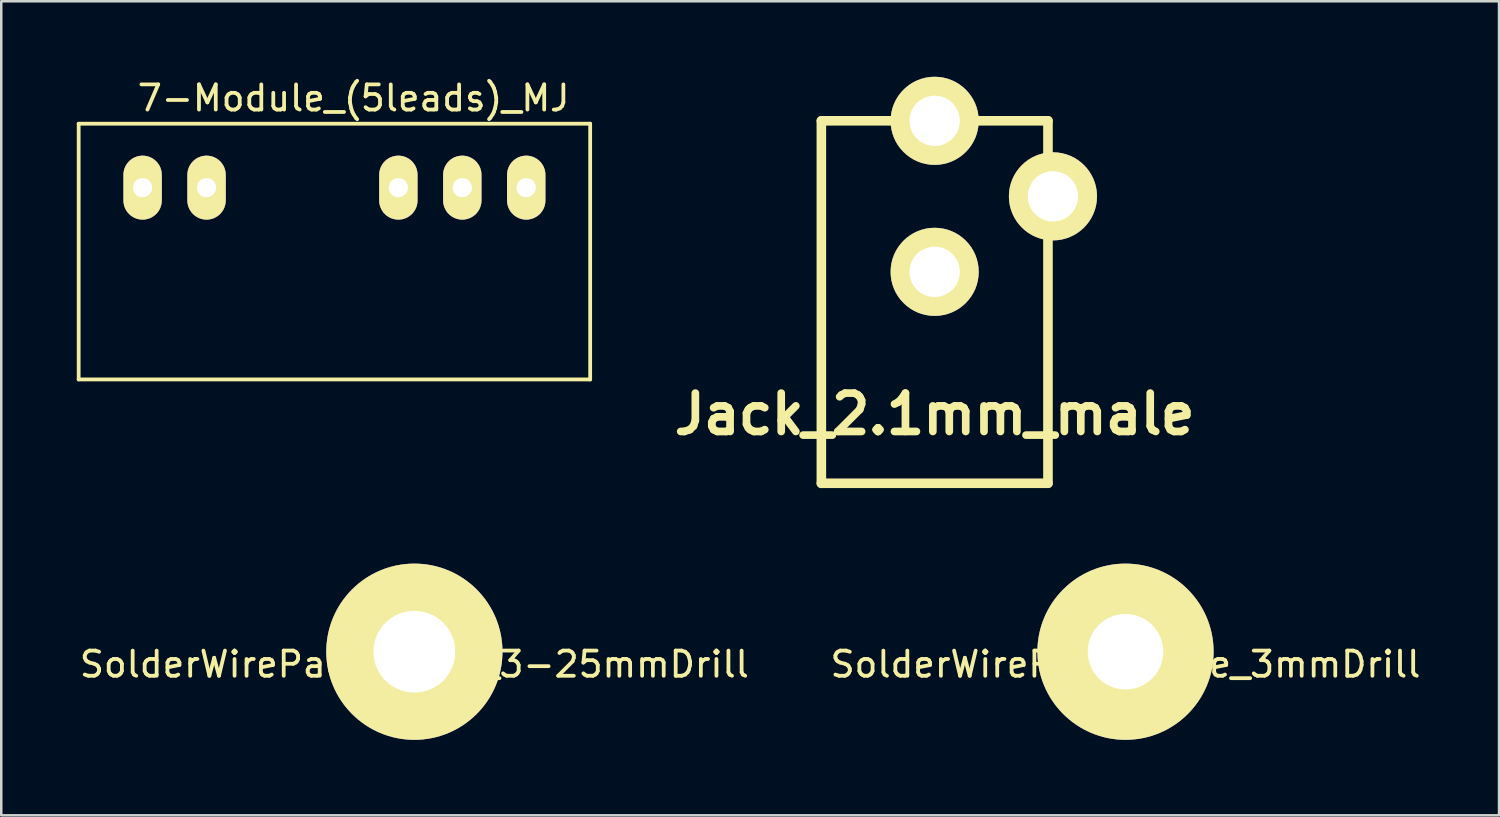
<source format=kicad_pcb>
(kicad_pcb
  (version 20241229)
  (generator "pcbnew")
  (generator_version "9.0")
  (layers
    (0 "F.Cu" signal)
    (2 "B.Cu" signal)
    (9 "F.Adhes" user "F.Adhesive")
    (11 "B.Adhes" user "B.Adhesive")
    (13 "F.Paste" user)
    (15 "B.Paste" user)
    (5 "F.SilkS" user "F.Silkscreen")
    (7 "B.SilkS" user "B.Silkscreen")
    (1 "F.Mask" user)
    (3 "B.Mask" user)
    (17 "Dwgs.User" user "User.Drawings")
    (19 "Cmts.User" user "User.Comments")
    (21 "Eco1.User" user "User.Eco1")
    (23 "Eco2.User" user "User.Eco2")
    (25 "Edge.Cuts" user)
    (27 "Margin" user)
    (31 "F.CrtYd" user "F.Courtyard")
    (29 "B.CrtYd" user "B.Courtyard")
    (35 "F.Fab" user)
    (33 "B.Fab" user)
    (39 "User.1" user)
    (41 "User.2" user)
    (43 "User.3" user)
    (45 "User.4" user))
  (footprint "Jack_2.1mm_male"
    (layer "F.Cu")
    (at 34.08 1.75)
    (property "Reference" "Jack_2.1mm_male" (at 0 11.651 0) (layer "F.SilkS") (effects (font (size 1.524 1.524) (thickness 0.305))))
    (attr through_hole)
    (fp_line (start -4.501 0) (end -4.501 14.399) (stroke (width 0.381) (type solid)) (layer "F.SilkS"))
    (fp_line (start -4.501 14.399) (end 4.501 14.399) (stroke (width 0.381) (type solid)) (layer "F.SilkS"))
    (fp_line (start 4.501 0) (end -4.501 0) (stroke (width 0.381) (type solid)) (layer "F.SilkS"))
    (fp_line (start 4.501 14.399) (end 4.501 0) (stroke (width 0.381) (type solid)) (layer "F.SilkS"))
    (pad "1" thru_hole circle (at 0 0) (size 3.5 3.5) (drill 1.999) (layers "*.Cu" "*.Mask" "F.SilkS"))
    (pad "2" thru_hole circle (at 0 5.999) (size 3.5 3.5) (drill 1.999) (layers "*.Cu" "*.Mask" "F.SilkS"))
    (pad "3" thru_hole circle (at 4.699 3) (size 3.5 3.5) (drill 1.999) (layers "*.Cu" "*.Mask" "F.SilkS")))
  (footprint "7-Module_(5leads)_MJ"
    (layer "F.Cu")
    (at 12.775 4.404)
    (property "Reference" "7-Module_(5leads)_MJ" (at -1.778 -3.556 0) (layer "F.SilkS") (effects (font (size 1 1) (thickness 0.15))))
    (attr through_hole)
    (fp_line (start -12.7 -2.54) (end 7.62 -2.54) (stroke (width 0.15) (type solid)) (layer "F.SilkS"))
    (fp_line (start -12.7 7.62) (end -12.7 -2.54) (stroke (width 0.15) (type solid)) (layer "F.SilkS"))
    (fp_line (start 7.62 -2.54) (end 7.62 7.62) (stroke (width 0.15) (type solid)) (layer "F.SilkS"))
    (fp_line (start 7.62 7.62) (end -12.7 7.62) (stroke (width 0.15) (type solid)) (layer "F.SilkS"))
    (pad "1" thru_hole oval (at -10.16 0) (size 1.524 2.54) (drill 0.762) (layers "*.Cu" "*.Mask" "F.SilkS"))
    (pad "2" thru_hole oval (at -7.62 0) (size 1.524 2.54) (drill 0.762) (layers "*.Cu" "*.Mask" "F.SilkS"))
    (pad "5" thru_hole oval (at 0 0) (size 1.524 2.54) (drill 0.762) (layers "*.Cu" "*.Mask" "F.SilkS"))
    (pad "6" thru_hole oval (at 2.54 0) (size 1.524 2.54) (drill 0.762) (layers "*.Cu" "*.Mask" "F.SilkS"))
    (pad "7" thru_hole oval (at 5.08 0) (size 1.524 2.54) (drill 0.762) (layers "*.Cu" "*.Mask" "F.SilkS")))
  (footprint "SolderWirePad_single_3-25mmDrill"
    (layer "F.Cu")
    (at 13.411 22.84)
    (property "Reference" "SolderWirePad_single_3-25mmDrill" (at 0 0.5 0) (layer "F.SilkS") (effects (font (size 1 1) (thickness 0.15))))
    (attr through_hole)
    (pad "1" thru_hole circle (at 0 0) (size 7 7) (drill 3.25) (layers "*.Cu" "*.Mask" "F.SilkS")))
  (footprint "SolderWirePad_single_3mmDrill"
    (layer "F.Cu")
    (at 41.661 22.84)
    (property "Reference" "SolderWirePad_single_3mmDrill" (at 0 0.5 0) (layer "F.SilkS") (effects (font (size 1 1) (thickness 0.15))))
    (attr through_hole)
    (pad "1" thru_hole circle (at 0 0) (size 7 7) (drill 3) (layers "*.Cu" "*.Mask" "F.SilkS")))
  (gr_rect
    (start -3 -3)
    (end 56.5 29.34)
    (stroke (width 0.1) (type default))
    (fill no)
    (layer "Edge.Cuts")))
</source>
